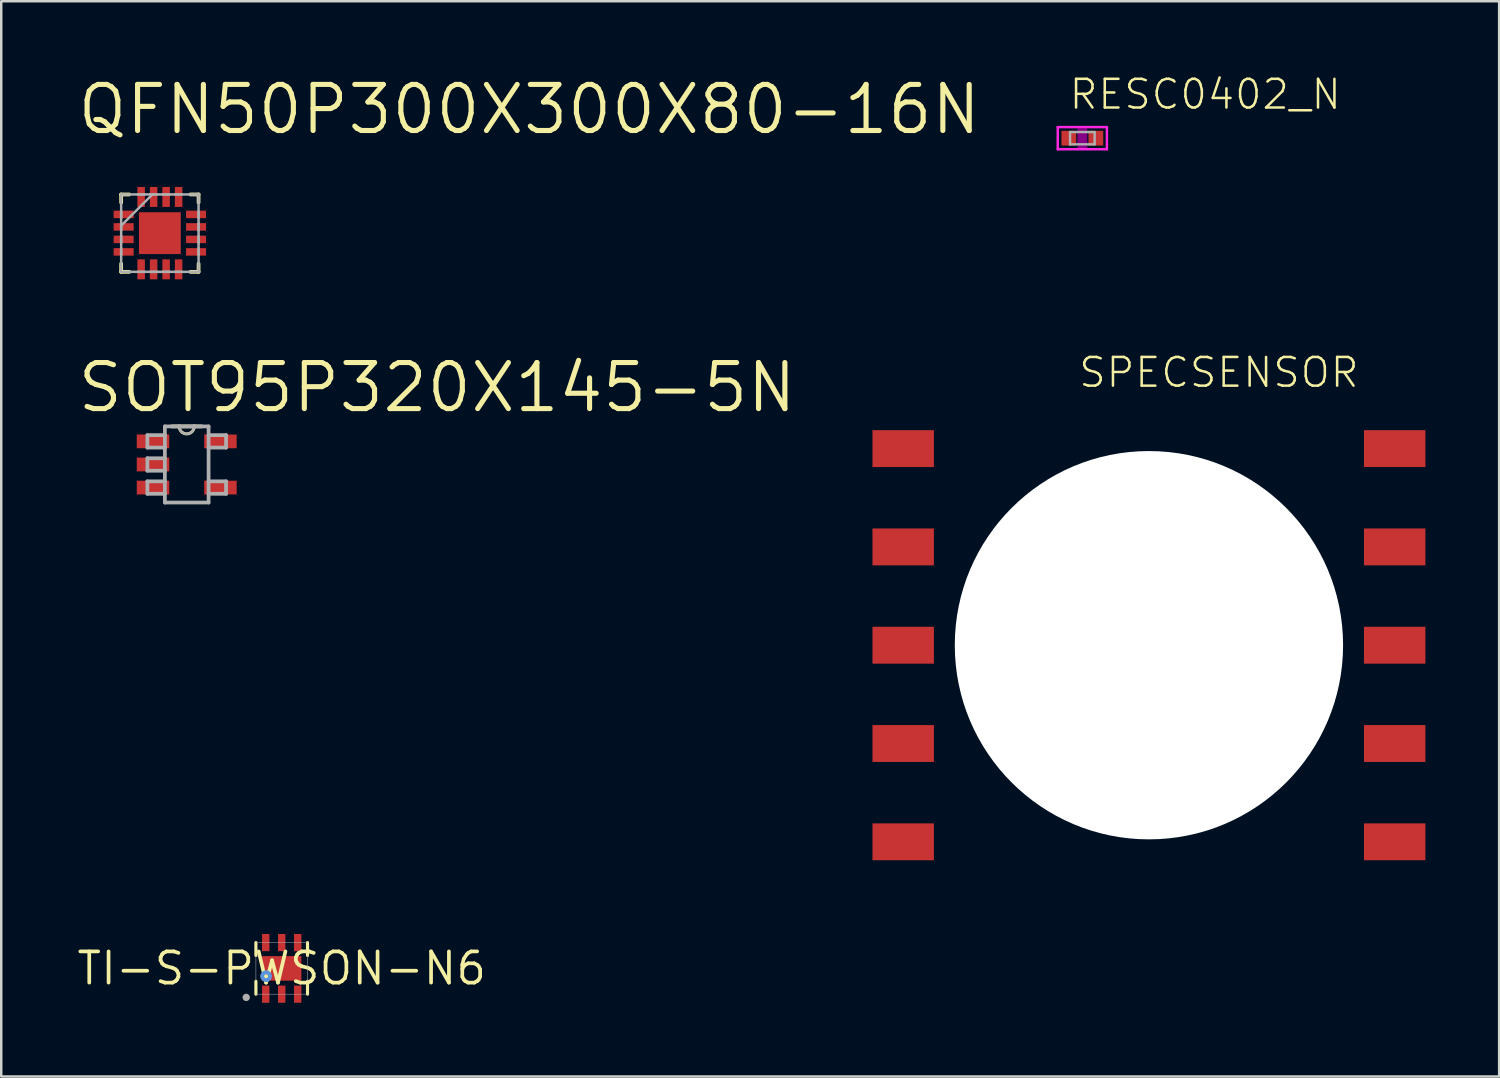
<source format=kicad_pcb>
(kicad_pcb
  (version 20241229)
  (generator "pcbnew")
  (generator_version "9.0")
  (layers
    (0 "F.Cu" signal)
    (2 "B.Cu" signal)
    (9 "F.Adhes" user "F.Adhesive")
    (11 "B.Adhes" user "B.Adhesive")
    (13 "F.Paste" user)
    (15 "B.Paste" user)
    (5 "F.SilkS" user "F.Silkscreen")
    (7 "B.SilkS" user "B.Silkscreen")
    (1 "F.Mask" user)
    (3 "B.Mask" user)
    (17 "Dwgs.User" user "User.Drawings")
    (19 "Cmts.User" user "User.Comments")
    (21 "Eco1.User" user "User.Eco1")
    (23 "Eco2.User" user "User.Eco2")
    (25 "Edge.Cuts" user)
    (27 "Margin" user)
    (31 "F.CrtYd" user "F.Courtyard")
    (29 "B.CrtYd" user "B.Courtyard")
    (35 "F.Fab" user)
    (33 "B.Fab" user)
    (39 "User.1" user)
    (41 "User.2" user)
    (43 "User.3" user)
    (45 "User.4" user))
  (footprint "QFN50P300X300X80-16N"
    (layer "F.Cu")
    (at 3.455 6.437)
    (property "Reference" "QFN50P300X300X80-16N" (at -3.455 -3.937 0) (layer "F.SilkS") (effects (font (size 1.875 1.875) (thickness 0.208)) (justify left bottom)))
    (fp_line (start -1.575 -1.575) (end -1.575 -1.245) (stroke (width 0.152) (type solid)) (layer "F.SilkS"))
    (fp_line (start -1.575 1.245) (end -1.575 1.575) (stroke (width 0.152) (type solid)) (layer "F.SilkS"))
    (fp_line (start -1.575 1.575) (end -1.245 1.575) (stroke (width 0.152) (type solid)) (layer "F.SilkS"))
    (fp_line (start -1.245 -1.575) (end -1.575 -1.575) (stroke (width 0.152) (type solid)) (layer "F.SilkS"))
    (fp_line (start 1.245 1.575) (end 1.575 1.575) (stroke (width 0.152) (type solid)) (layer "F.SilkS"))
    (fp_line (start 1.575 -1.575) (end 1.245 -1.575) (stroke (width 0.152) (type solid)) (layer "F.SilkS"))
    (fp_line (start 1.575 -1.245) (end 1.575 -1.575) (stroke (width 0.152) (type solid)) (layer "F.SilkS"))
    (fp_line (start 1.575 1.575) (end 1.575 1.245) (stroke (width 0.152) (type solid)) (layer "F.SilkS"))
    (fp_line (start -1.575 -1.575) (end -1.575 1.575) (stroke (width 0.1) (type solid)) (layer "F.Fab"))
    (fp_line (start -1.575 -0.889) (end -1.575 -0.61) (stroke (width 0.1) (type solid)) (layer "F.Fab"))
    (fp_line (start -1.575 -0.406) (end -1.575 -0.102) (stroke (width 0.1) (type solid)) (layer "F.Fab"))
    (fp_line (start -1.575 -0.305) (end -0.305 -1.575) (stroke (width 0.1) (type solid)) (layer "F.Fab"))
    (fp_line (start -1.575 0.102) (end -1.575 0.406) (stroke (width 0.1) (type solid)) (layer "F.Fab"))
    (fp_line (start -1.575 0.61) (end -1.575 0.889) (stroke (width 0.1) (type solid)) (layer "F.Fab"))
    (fp_line (start -1.575 1.575) (end 1.575 1.575) (stroke (width 0.1) (type solid)) (layer "F.Fab"))
    (fp_line (start -0.889 1.575) (end -0.61 1.575) (stroke (width 0.1) (type solid)) (layer "F.Fab"))
    (fp_line (start -0.61 -1.575) (end -0.889 -1.575) (stroke (width 0.1) (type solid)) (layer "F.Fab"))
    (fp_line (start -0.406 1.575) (end -0.102 1.575) (stroke (width 0.1) (type solid)) (layer "F.Fab"))
    (fp_line (start -0.102 -1.575) (end -0.406 -1.575) (stroke (width 0.1) (type solid)) (layer "F.Fab"))
    (fp_line (start 0.102 1.575) (end 0.406 1.575) (stroke (width 0.1) (type solid)) (layer "F.Fab"))
    (fp_line (start 0.406 -1.575) (end 0.102 -1.575) (stroke (width 0.1) (type solid)) (layer "F.Fab"))
    (fp_line (start 0.61 1.575) (end 0.889 1.575) (stroke (width 0.1) (type solid)) (layer "F.Fab"))
    (fp_line (start 0.889 -1.575) (end 0.61 -1.575) (stroke (width 0.1) (type solid)) (layer "F.Fab"))
    (fp_line (start 1.575 -1.575) (end -1.575 -1.575) (stroke (width 0.1) (type solid)) (layer "F.Fab"))
    (fp_line (start 1.575 -0.61) (end 1.575 -0.889) (stroke (width 0.1) (type solid)) (layer "F.Fab"))
    (fp_line (start 1.575 -0.102) (end 1.575 -0.406) (stroke (width 0.1) (type solid)) (layer "F.Fab"))
    (fp_line (start 1.575 0.406) (end 1.575 0.102) (stroke (width 0.1) (type solid)) (layer "F.Fab"))
    (fp_line (start 1.575 0.889) (end 1.575 0.61) (stroke (width 0.1) (type solid)) (layer "F.Fab"))
    (fp_line (start 1.575 1.575) (end 1.575 -1.575) (stroke (width 0.1) (type solid)) (layer "F.Fab"))
    (pad "1" smd rect (at -1.473 -0.762 270) (size 0.305 0.813) (layers "F.Cu" "F.Mask" "F.Paste"))
    (pad "2" smd rect (at -1.473 -0.254 270) (size 0.305 0.813) (layers "F.Cu" "F.Mask" "F.Paste"))
    (pad "3" smd rect (at -1.473 0.254 270) (size 0.305 0.813) (layers "F.Cu" "F.Mask" "F.Paste"))
    (pad "4" smd rect (at -1.473 0.762 270) (size 0.305 0.813) (layers "F.Cu" "F.Mask" "F.Paste"))
    (pad "5" smd rect (at -0.762 1.473 180) (size 0.305 0.813) (layers "F.Cu" "F.Mask" "F.Paste"))
    (pad "6" smd rect (at -0.254 1.473 180) (size 0.305 0.813) (layers "F.Cu" "F.Mask" "F.Paste"))
    (pad "7" smd rect (at 0.254 1.473 180) (size 0.305 0.813) (layers "F.Cu" "F.Mask" "F.Paste"))
    (pad "8" smd rect (at 0.762 1.473 180) (size 0.305 0.813) (layers "F.Cu" "F.Mask" "F.Paste"))
    (pad "9" smd rect (at 1.473 0.762 270) (size 0.305 0.813) (layers "F.Cu" "F.Mask" "F.Paste"))
    (pad "10" smd rect (at 1.473 0.254 270) (size 0.305 0.813) (layers "F.Cu" "F.Mask" "F.Paste"))
    (pad "11" smd rect (at 1.473 -0.254 270) (size 0.305 0.813) (layers "F.Cu" "F.Mask" "F.Paste"))
    (pad "12" smd rect (at 1.473 -0.762 270) (size 0.305 0.813) (layers "F.Cu" "F.Mask" "F.Paste"))
    (pad "13" smd rect (at 0.762 -1.473 180) (size 0.305 0.813) (layers "F.Cu" "F.Mask" "F.Paste"))
    (pad "14" smd rect (at 0.254 -1.473 180) (size 0.305 0.813) (layers "F.Cu" "F.Mask" "F.Paste"))
    (pad "15" smd rect (at -0.254 -1.473 180) (size 0.305 0.813) (layers "F.Cu" "F.Mask" "F.Paste"))
    (pad "16" smd rect (at -0.762 -1.473 180) (size 0.305 0.813) (layers "F.Cu" "F.Mask" "F.Paste"))
    (pad "17" smd rect (at 0 0) (size 1.702 1.702) (layers "F.Cu" "F.Mask" "F.Paste")))
  (footprint "SOT95P320X145-5N"
    (layer "F.Cu")
    (at 4.548 15.85)
    (property "Reference" "SOT95P320X145-5N" (at -4.548 -2.033 0) (layer "F.SilkS") (effects (font (size 1.875 1.875) (thickness 0.208)) (justify left bottom)))
    (fp_line (start -0.305 -1.549) (end -0.61 -1.549) (stroke (width 0.152) (type solid)) (layer "F.SilkS"))
    (fp_line (start 0.305 -1.549) (end -0.305 -1.549) (stroke (width 0.152) (type solid)) (layer "F.SilkS"))
    (fp_line (start 0.61 -1.549) (end 0.305 -1.549) (stroke (width 0.152) (type solid)) (layer "F.SilkS"))
    (fp_arc (start 0.3048 -1.5494) (mid 0 -1.2446) (end -0.3048 -1.5494) (stroke (width 0.12) (type solid)) (layer "F.SilkS"))
    (fp_line (start -1.6 -1.194) (end -1.6 -0.686) (stroke (width 0.152) (type solid)) (layer "F.Fab"))
    (fp_line (start -1.6 -0.686) (end -0.889 -0.686) (stroke (width 0.152) (type solid)) (layer "F.Fab"))
    (fp_line (start -1.6 -0.254) (end -1.6 0.254) (stroke (width 0.152) (type solid)) (layer "F.Fab"))
    (fp_line (start -1.6 0.254) (end -0.889 0.254) (stroke (width 0.152) (type solid)) (layer "F.Fab"))
    (fp_line (start -1.6 0.686) (end -1.6 1.194) (stroke (width 0.152) (type solid)) (layer "F.Fab"))
    (fp_line (start -1.6 1.194) (end -0.889 1.194) (stroke (width 0.152) (type solid)) (layer "F.Fab"))
    (fp_line (start -0.889 -1.549) (end -0.889 -1.194) (stroke (width 0.152) (type solid)) (layer "F.Fab"))
    (fp_line (start -0.889 -1.194) (end -1.6 -1.194) (stroke (width 0.152) (type solid)) (layer "F.Fab"))
    (fp_line (start -0.889 -1.194) (end -0.889 -0.686) (stroke (width 0.152) (type solid)) (layer "F.Fab"))
    (fp_line (start -0.889 -0.686) (end -0.889 -0.254) (stroke (width 0.152) (type solid)) (layer "F.Fab"))
    (fp_line (start -0.889 -0.254) (end -1.6 -0.254) (stroke (width 0.152) (type solid)) (layer "F.Fab"))
    (fp_line (start -0.889 -0.254) (end -0.889 0.254) (stroke (width 0.152) (type solid)) (layer "F.Fab"))
    (fp_line (start -0.889 0.254) (end -0.889 0.686) (stroke (width 0.152) (type solid)) (layer "F.Fab"))
    (fp_line (start -0.889 0.686) (end -1.6 0.686) (stroke (width 0.152) (type solid)) (layer "F.Fab"))
    (fp_line (start -0.889 1.194) (end -0.889 0.686) (stroke (width 0.152) (type solid)) (layer "F.Fab"))
    (fp_line (start -0.889 1.549) (end -0.889 1.194) (stroke (width 0.152) (type solid)) (layer "F.Fab"))
    (fp_line (start -0.889 1.549) (end 0.889 1.549) (stroke (width 0.152) (type solid)) (layer "F.Fab"))
    (fp_line (start -0.305 -1.549) (end -0.889 -1.549) (stroke (width 0.152) (type solid)) (layer "F.Fab"))
    (fp_line (start 0.305 -1.549) (end -0.305 -1.549) (stroke (width 0.152) (type solid)) (layer "F.Fab"))
    (fp_line (start 0.889 -1.549) (end 0.305 -1.549) (stroke (width 0.152) (type solid)) (layer "F.Fab"))
    (fp_line (start 0.889 -1.549) (end 0.889 -1.194) (stroke (width 0.152) (type solid)) (layer "F.Fab"))
    (fp_line (start 0.889 -1.194) (end 0.889 -0.686) (stroke (width 0.152) (type solid)) (layer "F.Fab"))
    (fp_line (start 0.889 -0.686) (end 1.6 -0.686) (stroke (width 0.152) (type solid)) (layer "F.Fab"))
    (fp_line (start 0.889 0.686) (end 0.889 -0.686) (stroke (width 0.152) (type solid)) (layer "F.Fab"))
    (fp_line (start 0.889 1.194) (end 0.889 0.686) (stroke (width 0.152) (type solid)) (layer "F.Fab"))
    (fp_line (start 0.889 1.194) (end 1.6 1.194) (stroke (width 0.152) (type solid)) (layer "F.Fab"))
    (fp_line (start 0.889 1.549) (end 0.889 1.194) (stroke (width 0.152) (type solid)) (layer "F.Fab"))
    (fp_line (start 1.6 -1.194) (end 0.889 -1.194) (stroke (width 0.152) (type solid)) (layer "F.Fab"))
    (fp_line (start 1.6 -0.686) (end 1.6 -1.194) (stroke (width 0.152) (type solid)) (layer "F.Fab"))
    (fp_line (start 1.6 0.686) (end 0.889 0.686) (stroke (width 0.152) (type solid)) (layer "F.Fab"))
    (fp_line (start 1.6 1.194) (end 1.6 0.686) (stroke (width 0.152) (type solid)) (layer "F.Fab"))
    (fp_arc (start 0.3048 -1.5494) (mid 0 -1.2446) (end -0.3048 -1.5494) (stroke (width 0.1) (type solid)) (layer "F.Fab"))
    (pad "1" smd rect (at -1.372 -0.94) (size 1.321 0.559) (layers "F.Cu" "F.Mask" "F.Paste"))
    (pad "2" smd rect (at -1.372 0) (size 1.321 0.559) (layers "F.Cu" "F.Mask" "F.Paste"))
    (pad "3" smd rect (at -1.372 0.94) (size 1.321 0.559) (layers "F.Cu" "F.Mask" "F.Paste"))
    (pad "4" smd rect (at 1.372 0.94) (size 1.321 0.559) (layers "F.Cu" "F.Mask" "F.Paste"))
    (pad "5" smd rect (at 1.372 -0.94) (size 1.321 0.559) (layers "F.Cu" "F.Mask" "F.Paste")))
  (footprint "SPECSENSOR"
    (layer "F.Cu")
    (at 43.701 23.204)
    (property "Reference" "SPECSENSOR" (at -2.921 -10.414 0) (layer "F.SilkS") (effects (font (size 1.168 1.168) (thickness 0.102)) (justify left bottom)))
    (pad "" np_thru_hole circle (at 0 0) (size 15.8 15.8) (drill 15.8) (layers "*.Cu" "*.Mask"))
    (pad "1" smd rect (at -10 8) (size 2.5 1.5) (layers "F.Cu" "F.Mask" "F.Paste"))
    (pad "2" smd rect (at -10 4) (size 2.5 1.5) (layers "F.Cu" "F.Mask" "F.Paste"))
    (pad "3" smd rect (at -10 0) (size 2.5 1.5) (layers "F.Cu" "F.Mask" "F.Paste"))
    (pad "4" smd rect (at -10 -4) (size 2.5 1.5) (layers "F.Cu" "F.Mask" "F.Paste"))
    (pad "5" smd rect (at -10 -8) (size 2.5 1.5) (layers "F.Cu" "F.Mask" "F.Paste"))
    (pad "6" smd rect (at 10 -8) (size 2.5 1.5) (layers "F.Cu" "F.Mask" "F.Paste"))
    (pad "7" smd rect (at 10 -4) (size 2.5 1.5) (layers "F.Cu" "F.Mask" "F.Paste"))
    (pad "8" smd rect (at 10 0) (size 2.5 1.5) (layers "F.Cu" "F.Mask" "F.Paste"))
    (pad "9" smd rect (at 10 4) (size 2.5 1.5) (layers "F.Cu" "F.Mask" "F.Paste"))
    (pad "10" smd rect (at 10 8) (size 2.5 1.5) (layers "F.Cu" "F.Mask" "F.Paste")))
  (footprint "TI-S-PWSON-N6"
    (layer "F.Cu")
    (at 8.413 36.354)
    (property "Reference" "TI-S-PWSON-N6" (at 0 0 0) (layer "F.SilkS") (effects (font (size 1.27 1.27) (thickness 0.15))))
    (fp_line (start -1.05 -1.05) (end -1.05 -0.525) (stroke (width 0.127) (type solid)) (layer "F.SilkS"))
    (fp_line (start -1.05 0.525) (end -1.05 1.05) (stroke (width 0.127) (type solid)) (layer "F.SilkS"))
    (fp_line (start 1.05 -1.05) (end 1.05 -0.525) (stroke (width 0.127) (type solid)) (layer "F.SilkS"))
    (fp_line (start 1.05 0.525) (end 1.05 1.05) (stroke (width 0.127) (type solid)) (layer "F.SilkS"))
    (fp_circle (center -0.4 0) (end -0.35 0) (stroke (width 0.1) (type solid)) (fill yes) (layer "F.Paste"))
    (fp_circle (center 0.4 0) (end 0.45 0) (stroke (width 0.1) (type solid)) (fill yes) (layer "F.Paste"))
    (fp_circle (center -0.635 0.318) (end -0.556 0.318) (stroke (width 0.159) (type solid)) (fill no) (layer "Cmts.User"))
    (fp_line (start -1.05 -1.05) (end 1.05 -1.05) (stroke (width 0.02) (type solid)) (layer "F.Fab"))
    (fp_line (start -1.05 0.525) (end -1.05 -0.525) (stroke (width 0.02) (type solid)) (layer "F.Fab"))
    (fp_line (start -1.05 1.05) (end 1.05 1.05) (stroke (width 0.02) (type solid)) (layer "F.Fab"))
    (fp_line (start 1.05 0.525) (end 1.05 -0.525) (stroke (width 0.02) (type solid)) (layer "F.Fab"))
    (fp_circle (center -1.444 1.181) (end -1.369 1.181) (stroke (width 0.15) (type solid)) (fill no) (layer "F.Fab"))
    (pad "1" smd rect (at -0.65 1.05) (size 0.3 0.7) (layers "F.Cu" "F.Mask" "F.Paste"))
    (pad "2" smd rect (at 0 1.05) (size 0.3 0.7) (layers "F.Cu" "F.Mask" "F.Paste"))
    (pad "3" smd rect (at 0.65 1.05) (size 0.3 0.7) (layers "F.Cu" "F.Mask" "F.Paste"))
    (pad "4" smd rect (at 0.65 -1.05) (size 0.3 0.7) (layers "F.Cu" "F.Mask" "F.Paste"))
    (pad "5" smd rect (at 0 -1.05) (size 0.3 0.7) (layers "F.Cu" "F.Mask" "F.Paste"))
    (pad "6" smd rect (at -0.65 -1.05) (size 0.3 0.7) (layers "F.Cu" "F.Mask" "F.Paste"))
    (pad "7" smd rect (at 0 0) (size 1.6 1) (layers "F.Cu" "F.Mask")))
  (footprint "RESC0402_N"
    (layer "F.Cu")
    (at 40.991 2.573)
    (property "Reference" "RESC0402_N" (at -0.6 -1.1 0) (layer "F.SilkS") (effects (font (size 1.168 1.168) (thickness 0.102)) (justify left bottom)))
    (fp_poly (pts (xy -0.2 0.4) (xy 0.2 0.4) (xy 0.2 -0.4) (xy -0.2 -0.4)) (stroke (width 0) (type solid)) (fill yes) (layer "F.Adhes"))
    (fp_line (start -1 -0.45) (end -1 0.45) (stroke (width 0.1) (type solid)) (layer "F.CrtYd"))
    (fp_line (start -1 0.45) (end 1 0.45) (stroke (width 0.1) (type solid)) (layer "F.CrtYd"))
    (fp_line (start 1 -0.45) (end -1 -0.45) (stroke (width 0.1) (type solid)) (layer "F.CrtYd"))
    (fp_line (start 1 0.45) (end 1 -0.45) (stroke (width 0.1) (type solid)) (layer "F.CrtYd"))
    (fp_line (start -0.5 -0.25) (end 0.5 -0.25) (stroke (width 0.1) (type solid)) (layer "F.Fab"))
    (fp_line (start -0.5 0.25) (end -0.5 -0.25) (stroke (width 0.1) (type solid)) (layer "F.Fab"))
    (fp_line (start 0.5 -0.25) (end 0.5 0.25) (stroke (width 0.1) (type solid)) (layer "F.Fab"))
    (fp_line (start 0.5 0.25) (end -0.5 0.25) (stroke (width 0.1) (type solid)) (layer "F.Fab"))
    (pad "1" smd rect (at -0.55 0) (size 0.6 0.6) (layers "F.Cu" "F.Mask" "F.Paste"))
    (pad "2" smd rect (at 0.55 0) (size 0.6 0.6) (layers "F.Cu" "F.Mask" "F.Paste")))
  (gr_rect
    (start -3 -3)
    (end 57.951 40.754)
    (stroke (width 0.1) (type default))
    (fill no)
    (layer "Edge.Cuts")))
</source>
